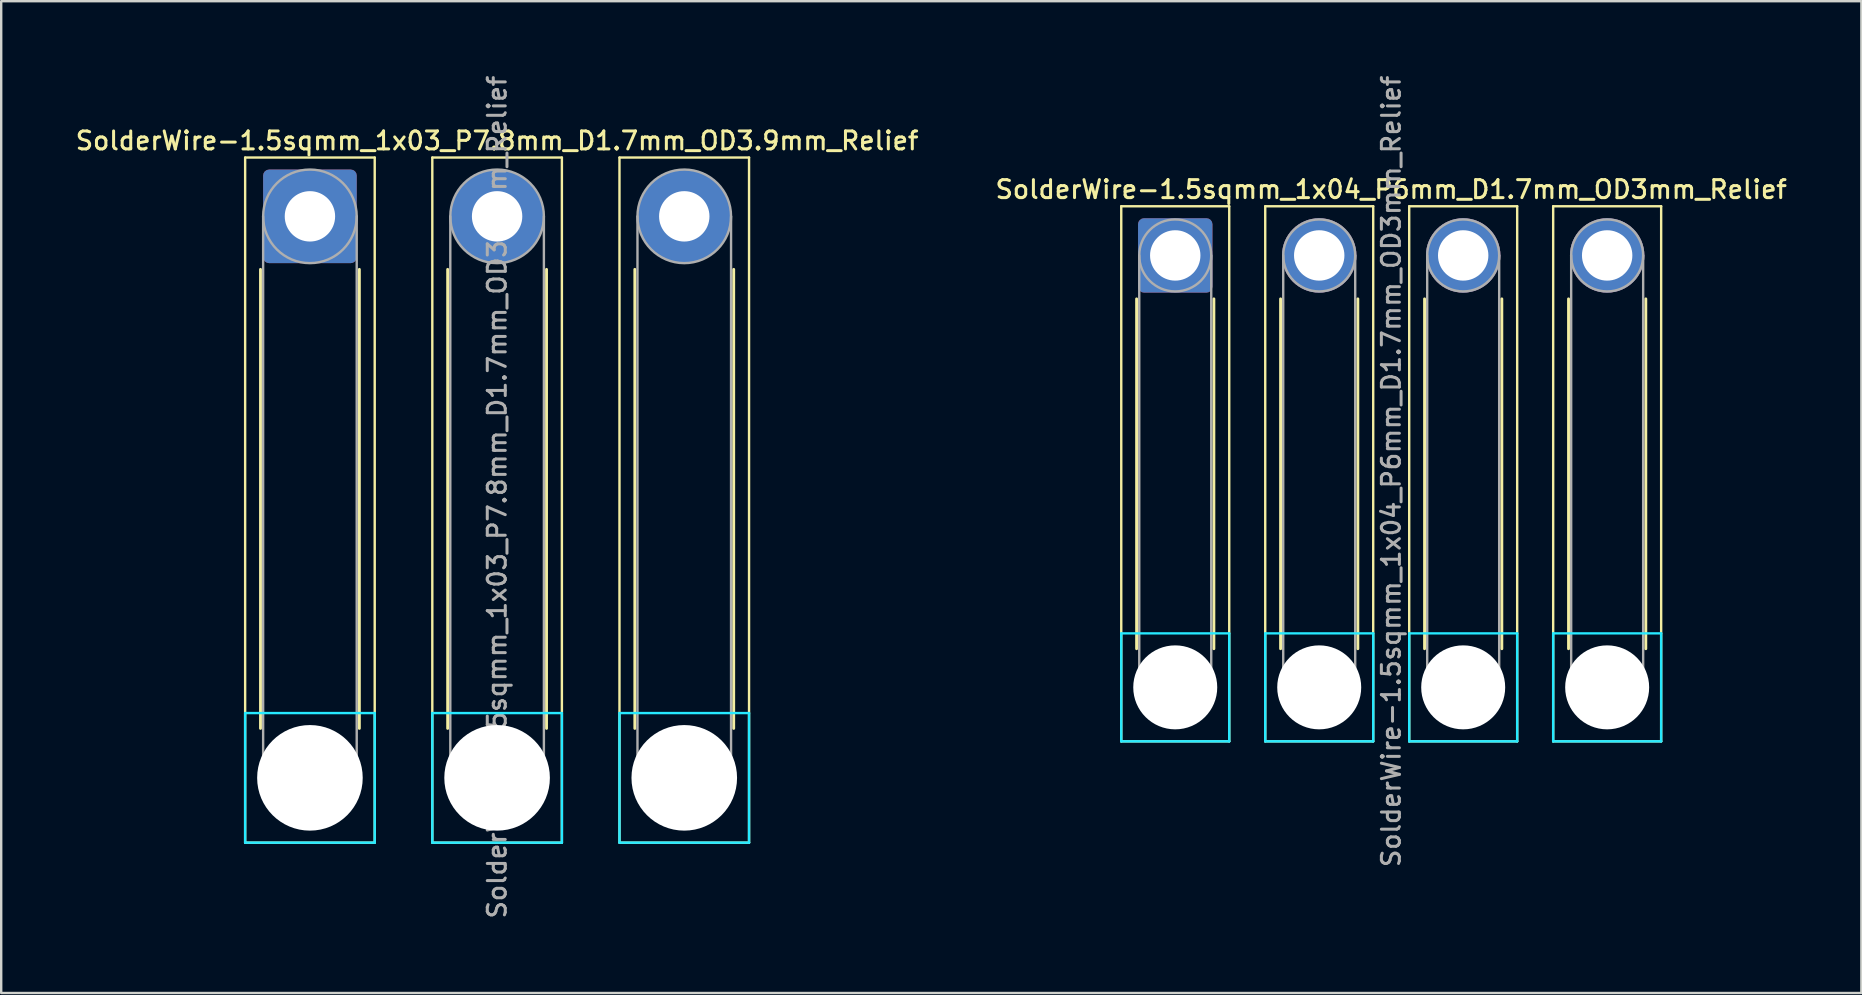
<source format=kicad_pcb>
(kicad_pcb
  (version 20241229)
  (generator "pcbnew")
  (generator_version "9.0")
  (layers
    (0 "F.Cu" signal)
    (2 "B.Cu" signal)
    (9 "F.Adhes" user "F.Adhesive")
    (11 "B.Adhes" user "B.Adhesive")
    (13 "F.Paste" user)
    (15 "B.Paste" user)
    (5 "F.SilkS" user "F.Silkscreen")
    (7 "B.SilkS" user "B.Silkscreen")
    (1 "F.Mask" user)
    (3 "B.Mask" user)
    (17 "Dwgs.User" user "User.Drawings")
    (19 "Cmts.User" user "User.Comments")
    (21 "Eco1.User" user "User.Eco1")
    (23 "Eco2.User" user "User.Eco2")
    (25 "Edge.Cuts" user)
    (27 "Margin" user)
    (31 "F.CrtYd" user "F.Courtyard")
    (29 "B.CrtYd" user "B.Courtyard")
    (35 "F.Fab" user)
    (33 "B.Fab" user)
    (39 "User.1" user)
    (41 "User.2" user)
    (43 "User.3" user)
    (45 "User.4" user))
  (footprint "SolderWire-1.5sqmm_1x04_P6mm_D1.7mm_OD3mm_Relief"
    (layer "F.Cu")
    (at 45.927 7.595)
    (property "Reference" "SolderWire-1.5sqmm_1x04_P6mm_D1.7mm_OD3mm_Relief" (at 9 -2.75 0) (layer "F.SilkS") (effects (font (size 0.75 0.75) (thickness 0.125))))
    (attr exclude_from_pos_files exclude_from_bom)
    (fp_line (start -2.25 -2.05) (end -2.25 20.25) (stroke (width 0.1) (type solid)) (layer "F.SilkS"))
    (fp_line (start -2.25 20.25) (end 2.25 20.25) (stroke (width 0.1) (type solid)) (layer "F.SilkS"))
    (fp_line (start -1.61 1.81) (end -1.61 16.39) (stroke (width 0.12) (type solid)) (layer "F.SilkS"))
    (fp_line (start 1.61 1.81) (end 1.61 16.39) (stroke (width 0.12) (type solid)) (layer "F.SilkS"))
    (fp_line (start 2.25 -2.05) (end -2.25 -2.05) (stroke (width 0.1) (type solid)) (layer "F.SilkS"))
    (fp_line (start 2.25 20.25) (end 2.25 -2.05) (stroke (width 0.1) (type solid)) (layer "F.SilkS"))
    (fp_line (start 3.75 -2.05) (end 3.75 20.25) (stroke (width 0.1) (type solid)) (layer "F.SilkS"))
    (fp_line (start 3.75 20.25) (end 8.25 20.25) (stroke (width 0.1) (type solid)) (layer "F.SilkS"))
    (fp_line (start 4.39 1.81) (end 4.39 16.39) (stroke (width 0.12) (type solid)) (layer "F.SilkS"))
    (fp_line (start 7.61 1.81) (end 7.61 16.39) (stroke (width 0.12) (type solid)) (layer "F.SilkS"))
    (fp_line (start 8.25 -2.05) (end 3.75 -2.05) (stroke (width 0.1) (type solid)) (layer "F.SilkS"))
    (fp_line (start 8.25 20.25) (end 8.25 -2.05) (stroke (width 0.1) (type solid)) (layer "F.SilkS"))
    (fp_line (start 9.75 -2.05) (end 9.75 20.25) (stroke (width 0.1) (type solid)) (layer "F.SilkS"))
    (fp_line (start 9.75 20.25) (end 14.25 20.25) (stroke (width 0.1) (type solid)) (layer "F.SilkS"))
    (fp_line (start 10.39 1.81) (end 10.39 16.39) (stroke (width 0.12) (type solid)) (layer "F.SilkS"))
    (fp_line (start 13.61 1.81) (end 13.61 16.39) (stroke (width 0.12) (type solid)) (layer "F.SilkS"))
    (fp_line (start 14.25 -2.05) (end 9.75 -2.05) (stroke (width 0.1) (type solid)) (layer "F.SilkS"))
    (fp_line (start 14.25 20.25) (end 14.25 -2.05) (stroke (width 0.1) (type solid)) (layer "F.SilkS"))
    (fp_line (start 15.75 -2.05) (end 15.75 20.25) (stroke (width 0.1) (type solid)) (layer "F.SilkS"))
    (fp_line (start 15.75 20.25) (end 20.25 20.25) (stroke (width 0.1) (type solid)) (layer "F.SilkS"))
    (fp_line (start 16.39 1.81) (end 16.39 16.39) (stroke (width 0.12) (type solid)) (layer "F.SilkS"))
    (fp_line (start 19.61 1.81) (end 19.61 16.39) (stroke (width 0.12) (type solid)) (layer "F.SilkS"))
    (fp_line (start 20.25 -2.05) (end 15.75 -2.05) (stroke (width 0.1) (type solid)) (layer "F.SilkS"))
    (fp_line (start 20.25 20.25) (end 20.25 -2.05) (stroke (width 0.1) (type solid)) (layer "F.SilkS"))
    (fp_line (start -2.25 15.75) (end -2.25 20.25) (stroke (width 0.1) (type solid)) (layer "B.CrtYd"))
    (fp_line (start -2.25 20.25) (end 2.25 20.25) (stroke (width 0.1) (type solid)) (layer "B.CrtYd"))
    (fp_line (start 2.25 15.75) (end -2.25 15.75) (stroke (width 0.1) (type solid)) (layer "B.CrtYd"))
    (fp_line (start 2.25 20.25) (end 2.25 15.75) (stroke (width 0.1) (type solid)) (layer "B.CrtYd"))
    (fp_line (start 3.75 15.75) (end 3.75 20.25) (stroke (width 0.1) (type solid)) (layer "B.CrtYd"))
    (fp_line (start 3.75 20.25) (end 8.25 20.25) (stroke (width 0.1) (type solid)) (layer "B.CrtYd"))
    (fp_line (start 8.25 15.75) (end 3.75 15.75) (stroke (width 0.1) (type solid)) (layer "B.CrtYd"))
    (fp_line (start 8.25 20.25) (end 8.25 15.75) (stroke (width 0.1) (type solid)) (layer "B.CrtYd"))
    (fp_line (start 9.75 15.75) (end 9.75 20.25) (stroke (width 0.1) (type solid)) (layer "B.CrtYd"))
    (fp_line (start 9.75 20.25) (end 14.25 20.25) (stroke (width 0.1) (type solid)) (layer "B.CrtYd"))
    (fp_line (start 14.25 15.75) (end 9.75 15.75) (stroke (width 0.1) (type solid)) (layer "B.CrtYd"))
    (fp_line (start 14.25 20.25) (end 14.25 15.75) (stroke (width 0.1) (type solid)) (layer "B.CrtYd"))
    (fp_line (start 15.75 15.75) (end 15.75 20.25) (stroke (width 0.1) (type solid)) (layer "B.CrtYd"))
    (fp_line (start 15.75 20.25) (end 20.25 20.25) (stroke (width 0.1) (type solid)) (layer "B.CrtYd"))
    (fp_line (start 20.25 15.75) (end 15.75 15.75) (stroke (width 0.1) (type solid)) (layer "B.CrtYd"))
    (fp_line (start 20.25 20.25) (end 20.25 15.75) (stroke (width 0.1) (type solid)) (layer "B.CrtYd"))
    (fp_line (start -1.5 0) (end -1.5 18) (stroke (width 0.1) (type solid)) (layer "F.Fab"))
    (fp_line (start 1.5 0) (end 1.5 18) (stroke (width 0.1) (type solid)) (layer "F.Fab"))
    (fp_line (start 4.5 0) (end 4.5 18) (stroke (width 0.1) (type solid)) (layer "F.Fab"))
    (fp_line (start 7.5 0) (end 7.5 18) (stroke (width 0.1) (type solid)) (layer "F.Fab"))
    (fp_line (start 10.5 0) (end 10.5 18) (stroke (width 0.1) (type solid)) (layer "F.Fab"))
    (fp_line (start 13.5 0) (end 13.5 18) (stroke (width 0.1) (type solid)) (layer "F.Fab"))
    (fp_line (start 16.5 0) (end 16.5 18) (stroke (width 0.1) (type solid)) (layer "F.Fab"))
    (fp_line (start 19.5 0) (end 19.5 18) (stroke (width 0.1) (type solid)) (layer "F.Fab"))
    (fp_circle (center 0 0) (end 1.5 0) (stroke (width 0.1) (type solid)) (fill no) (layer "F.Fab"))
    (fp_circle (center 0 18) (end 1.5 18) (stroke (width 0.1) (type solid)) (fill no) (layer "F.Fab"))
    (fp_circle (center 6 0) (end 7.5 0) (stroke (width 0.1) (type solid)) (fill no) (layer "F.Fab"))
    (fp_circle (center 6 18) (end 7.5 18) (stroke (width 0.1) (type solid)) (fill no) (layer "F.Fab"))
    (fp_circle (center 12 0) (end 13.5 0) (stroke (width 0.1) (type solid)) (fill no) (layer "F.Fab"))
    (fp_circle (center 12 18) (end 13.5 18) (stroke (width 0.1) (type solid)) (fill no) (layer "F.Fab"))
    (fp_circle (center 18 0) (end 19.5 0) (stroke (width 0.1) (type solid)) (fill no) (layer "F.Fab"))
    (fp_circle (center 18 18) (end 19.5 18) (stroke (width 0.1) (type solid)) (fill no) (layer "F.Fab"))
    (fp_text user "${REFERENCE}" (at 9 9 90) (layer "F.Fab") (effects (font (size 0.75 0.75) (thickness 0.125))))
    (pad "" np_thru_hole circle (at 0 18) (size 3.5 3.5) (drill 3.5) (layers "*.Cu" "*.Mask"))
    (pad "" np_thru_hole circle (at 6 18) (size 3.5 3.5) (drill 3.5) (layers "*.Cu" "*.Mask"))
    (pad "" np_thru_hole circle (at 12 18) (size 3.5 3.5) (drill 3.5) (layers "*.Cu" "*.Mask"))
    (pad "" np_thru_hole circle (at 18 18) (size 3.5 3.5) (drill 3.5) (layers "*.Cu" "*.Mask"))
    (pad "1" thru_hole roundrect (at 0 0) (size 3.1 3.1) (drill 2.1) (layers "*.Cu" "*.Mask") (roundrect_rratio 0.081))
    (pad "2" thru_hole circle (at 6 0) (size 3.1 3.1) (drill 2.1) (layers "*.Cu" "*.Mask"))
    (pad "3" thru_hole circle (at 12 0) (size 3.1 3.1) (drill 2.1) (layers "*.Cu" "*.Mask"))
    (pad "4" thru_hole circle (at 18 0) (size 3.1 3.1) (drill 2.1) (layers "*.Cu" "*.Mask")))
  (footprint "SolderWire-1.5sqmm_1x03_P7.8mm_D1.7mm_OD3.9mm_Relief"
    (layer "F.Cu")
    (at 9.866 5.966)
    (property "Reference" "SolderWire-1.5sqmm_1x03_P7.8mm_D1.7mm_OD3.9mm_Relief" (at 7.8 -3.15 0) (layer "F.SilkS") (effects (font (size 0.75 0.75) (thickness 0.125))))
    (attr exclude_from_pos_files exclude_from_bom)
    (fp_line (start -2.7 -2.45) (end -2.7 26.1) (stroke (width 0.1) (type solid)) (layer "F.SilkS"))
    (fp_line (start -2.7 26.1) (end 2.7 26.1) (stroke (width 0.1) (type solid)) (layer "F.SilkS"))
    (fp_line (start -2.06 2.21) (end -2.06 21.34) (stroke (width 0.12) (type solid)) (layer "F.SilkS"))
    (fp_line (start 2.06 2.21) (end 2.06 21.34) (stroke (width 0.12) (type solid)) (layer "F.SilkS"))
    (fp_line (start 2.7 -2.45) (end -2.7 -2.45) (stroke (width 0.1) (type solid)) (layer "F.SilkS"))
    (fp_line (start 2.7 26.1) (end 2.7 -2.45) (stroke (width 0.1) (type solid)) (layer "F.SilkS"))
    (fp_line (start 5.1 -2.45) (end 5.1 26.1) (stroke (width 0.1) (type solid)) (layer "F.SilkS"))
    (fp_line (start 5.1 26.1) (end 10.5 26.1) (stroke (width 0.1) (type solid)) (layer "F.SilkS"))
    (fp_line (start 5.74 2.21) (end 5.74 21.34) (stroke (width 0.12) (type solid)) (layer "F.SilkS"))
    (fp_line (start 9.86 2.21) (end 9.86 21.34) (stroke (width 0.12) (type solid)) (layer "F.SilkS"))
    (fp_line (start 10.5 -2.45) (end 5.1 -2.45) (stroke (width 0.1) (type solid)) (layer "F.SilkS"))
    (fp_line (start 10.5 26.1) (end 10.5 -2.45) (stroke (width 0.1) (type solid)) (layer "F.SilkS"))
    (fp_line (start 12.9 -2.45) (end 12.9 26.1) (stroke (width 0.1) (type solid)) (layer "F.SilkS"))
    (fp_line (start 12.9 26.1) (end 18.3 26.1) (stroke (width 0.1) (type solid)) (layer "F.SilkS"))
    (fp_line (start 13.54 2.21) (end 13.54 21.34) (stroke (width 0.12) (type solid)) (layer "F.SilkS"))
    (fp_line (start 17.66 2.21) (end 17.66 21.34) (stroke (width 0.12) (type solid)) (layer "F.SilkS"))
    (fp_line (start 18.3 -2.45) (end 12.9 -2.45) (stroke (width 0.1) (type solid)) (layer "F.SilkS"))
    (fp_line (start 18.3 26.1) (end 18.3 -2.45) (stroke (width 0.1) (type solid)) (layer "F.SilkS"))
    (fp_line (start -2.7 20.7) (end -2.7 26.1) (stroke (width 0.1) (type solid)) (layer "B.CrtYd"))
    (fp_line (start -2.7 26.1) (end 2.7 26.1) (stroke (width 0.1) (type solid)) (layer "B.CrtYd"))
    (fp_line (start 2.7 20.7) (end -2.7 20.7) (stroke (width 0.1) (type solid)) (layer "B.CrtYd"))
    (fp_line (start 2.7 26.1) (end 2.7 20.7) (stroke (width 0.1) (type solid)) (layer "B.CrtYd"))
    (fp_line (start 5.1 20.7) (end 5.1 26.1) (stroke (width 0.1) (type solid)) (layer "B.CrtYd"))
    (fp_line (start 5.1 26.1) (end 10.5 26.1) (stroke (width 0.1) (type solid)) (layer "B.CrtYd"))
    (fp_line (start 10.5 20.7) (end 5.1 20.7) (stroke (width 0.1) (type solid)) (layer "B.CrtYd"))
    (fp_line (start 10.5 26.1) (end 10.5 20.7) (stroke (width 0.1) (type solid)) (layer "B.CrtYd"))
    (fp_line (start 12.9 20.7) (end 12.9 26.1) (stroke (width 0.1) (type solid)) (layer "B.CrtYd"))
    (fp_line (start 12.9 26.1) (end 18.3 26.1) (stroke (width 0.1) (type solid)) (layer "B.CrtYd"))
    (fp_line (start 18.3 20.7) (end 12.9 20.7) (stroke (width 0.1) (type solid)) (layer "B.CrtYd"))
    (fp_line (start 18.3 26.1) (end 18.3 20.7) (stroke (width 0.1) (type solid)) (layer "B.CrtYd"))
    (fp_line (start -1.95 0) (end -1.95 23.4) (stroke (width 0.1) (type solid)) (layer "F.Fab"))
    (fp_line (start 1.95 0) (end 1.95 23.4) (stroke (width 0.1) (type solid)) (layer "F.Fab"))
    (fp_line (start 5.85 0) (end 5.85 23.4) (stroke (width 0.1) (type solid)) (layer "F.Fab"))
    (fp_line (start 9.75 0) (end 9.75 23.4) (stroke (width 0.1) (type solid)) (layer "F.Fab"))
    (fp_line (start 13.65 0) (end 13.65 23.4) (stroke (width 0.1) (type solid)) (layer "F.Fab"))
    (fp_line (start 17.55 0) (end 17.55 23.4) (stroke (width 0.1) (type solid)) (layer "F.Fab"))
    (fp_circle (center 0 0) (end 1.95 0) (stroke (width 0.1) (type solid)) (fill no) (layer "F.Fab"))
    (fp_circle (center 0 23.4) (end 1.95 23.4) (stroke (width 0.1) (type solid)) (fill no) (layer "F.Fab"))
    (fp_circle (center 7.8 0) (end 9.75 0) (stroke (width 0.1) (type solid)) (fill no) (layer "F.Fab"))
    (fp_circle (center 7.8 23.4) (end 9.75 23.4) (stroke (width 0.1) (type solid)) (fill no) (layer "F.Fab"))
    (fp_circle (center 15.6 0) (end 17.55 0) (stroke (width 0.1) (type solid)) (fill no) (layer "F.Fab"))
    (fp_circle (center 15.6 23.4) (end 17.55 23.4) (stroke (width 0.1) (type solid)) (fill no) (layer "F.Fab"))
    (fp_text user "${REFERENCE}" (at 7.8 11.7 90) (layer "F.Fab") (effects (font (size 0.75 0.75) (thickness 0.125))))
    (pad "" np_thru_hole circle (at 0 23.4) (size 4.4 4.4) (drill 4.4) (layers "*.Cu" "*.Mask"))
    (pad "" np_thru_hole circle (at 7.8 23.4) (size 4.4 4.4) (drill 4.4) (layers "*.Cu" "*.Mask"))
    (pad "" np_thru_hole circle (at 15.6 23.4) (size 4.4 4.4) (drill 4.4) (layers "*.Cu" "*.Mask"))
    (pad "1" thru_hole roundrect (at 0 0) (size 3.9 3.9) (drill 2.1) (layers "*.Cu" "*.Mask") (roundrect_rratio 0.064))
    (pad "2" thru_hole circle (at 7.8 0) (size 3.9 3.9) (drill 2.1) (layers "*.Cu" "*.Mask"))
    (pad "3" thru_hole circle (at 15.6 0) (size 3.9 3.9) (drill 2.1) (layers "*.Cu" "*.Mask")))
  (gr_rect
    (start -3 -3)
    (end 74.521 38.332)
    (stroke (width 0.1) (type default))
    (fill no)
    (layer "Edge.Cuts")))
</source>
